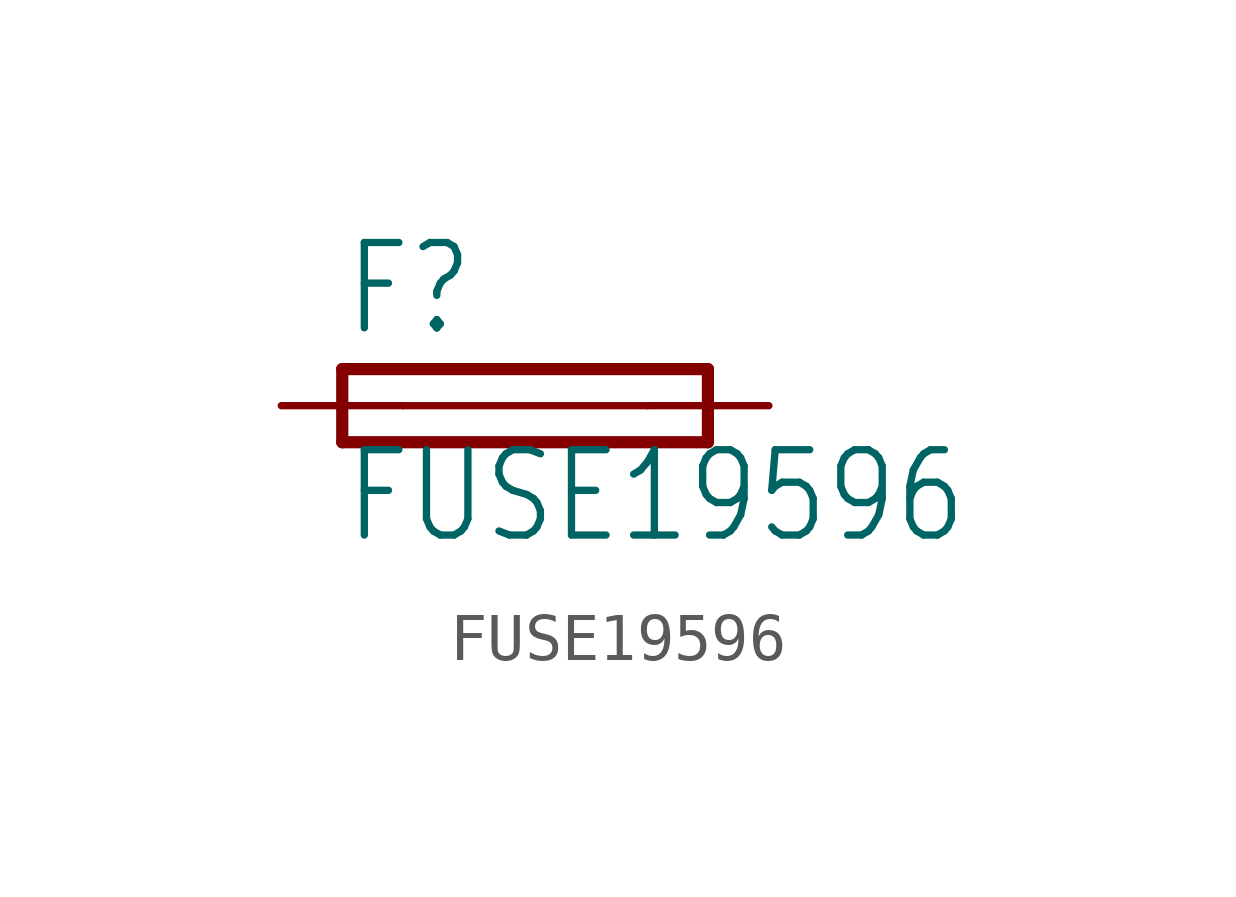
<source format=kicad_sym>
(kicad_symbol_lib
  (version 20200126)
  (host kicad_symbol_editor "5.99.0-unknown-aa7ce74~88~ubuntu18.04.1")
  (symbol "FUSE19596"
    (property "Reference" "F"
      (at -3.81 1.397 0)
      (effects (font (size 1.778 1.511)) (justify left bottom)))
    (property "Value" "FUSE19596"
      (at -3.81 -2.921 0)
      (effects (font (size 1.778 1.511)) (justify left bottom)))
    (property "ki_locked" ""
      (at 0 0 0)
      (effects (font (size 1.27 1.27))))
    (symbol "FUSE19596_1_0"
      (polyline (pts (xy -3.81 -0.762) (xy 3.81 -0.762)) (stroke (width 0.254)) (fill (type none)))
      (polyline (pts (xy 3.81 0.762) (xy -3.81 0.762)) (stroke (width 0.254)) (fill (type none)))
      (polyline (pts (xy 3.81 -0.762) (xy 3.81 0.762)) (stroke (width 0.254)) (fill (type none)))
      (polyline (pts (xy -3.81 0.762) (xy -3.81 -0.762)) (stroke (width 0.254)) (fill (type none)))
      (polyline (pts (xy -2.54 0) (xy 2.54 0)) (stroke (width 0.152)) (fill (type none)))
      (pin passive line (at 5.08 0 180) (length 2.54) (name "2" (effects (font (size 0 0)))) (number "B" (effects (font (size 0 0)))))
      (pin passive line (at -5.08 0 0) (length 2.54) (name "1" (effects (font (size 0 0)))) (number "A" (effects (font (size 0 0))))))))
</source>
